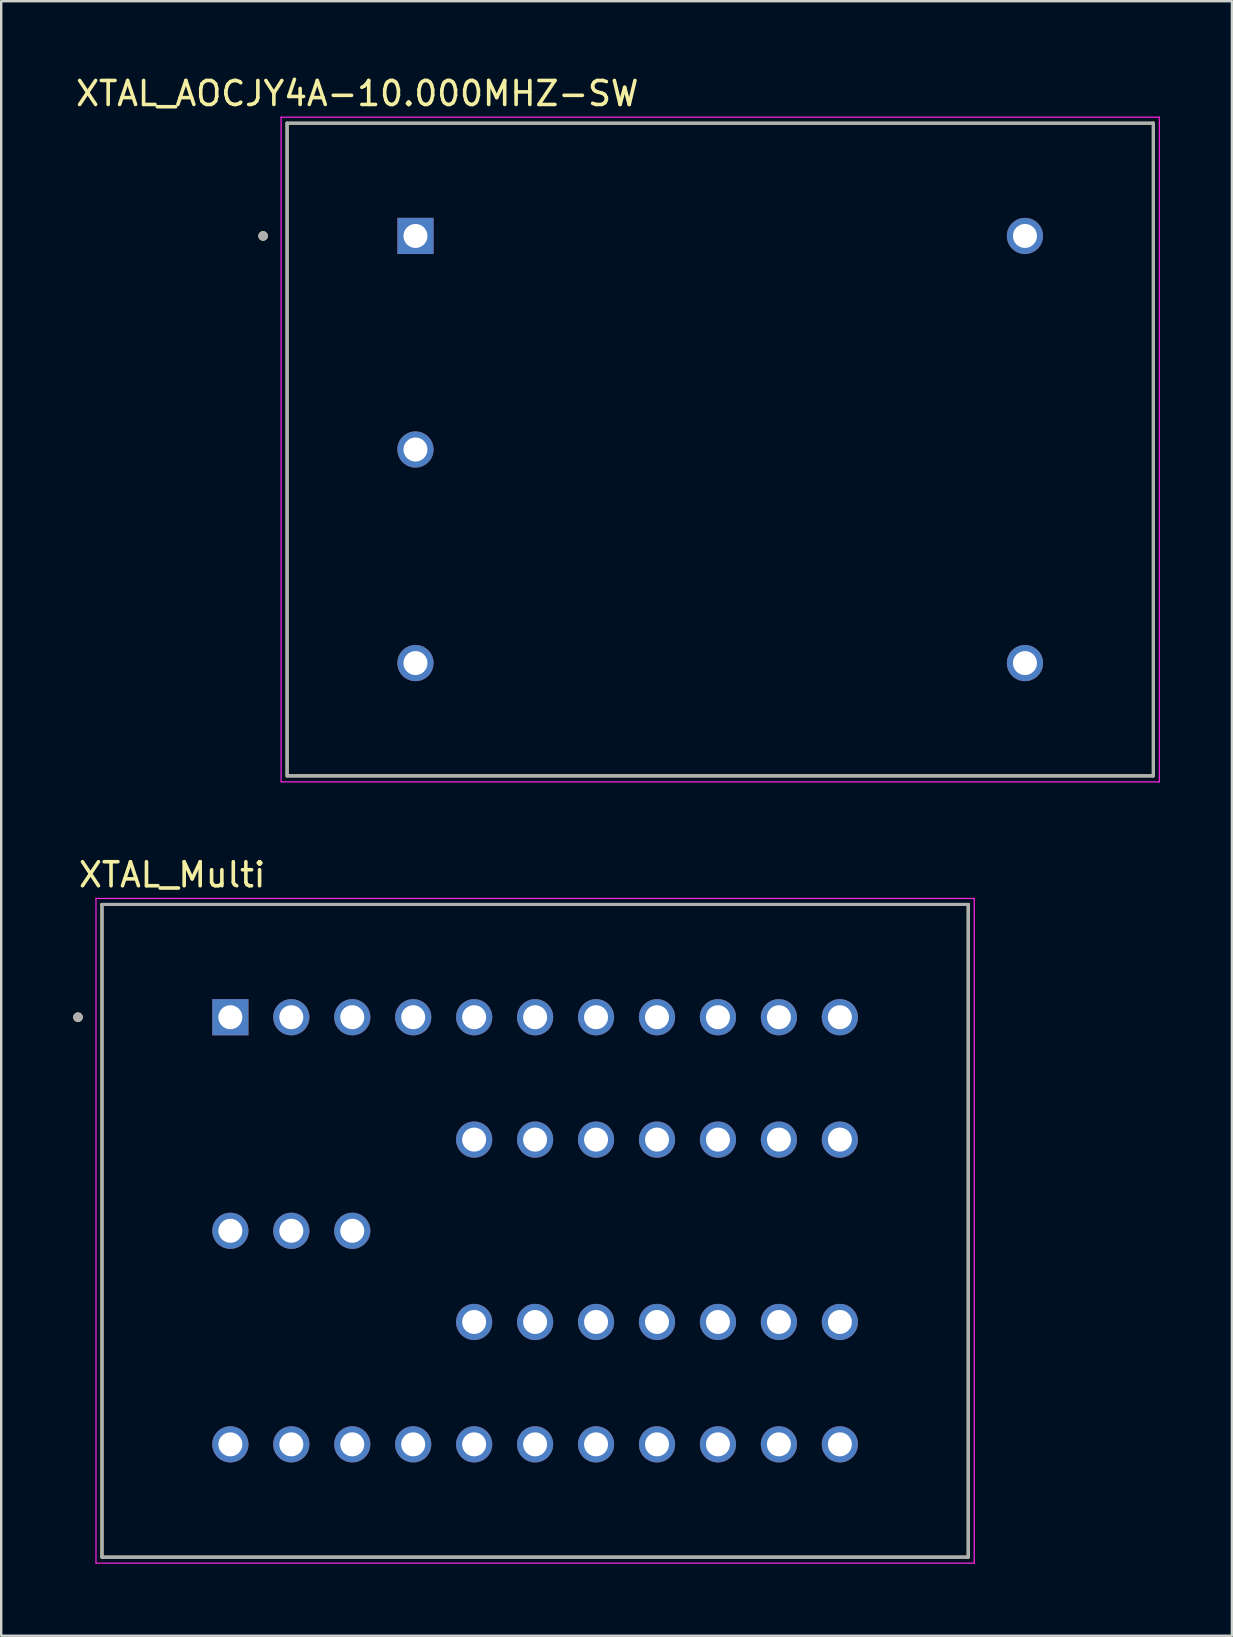
<source format=kicad_pcb>
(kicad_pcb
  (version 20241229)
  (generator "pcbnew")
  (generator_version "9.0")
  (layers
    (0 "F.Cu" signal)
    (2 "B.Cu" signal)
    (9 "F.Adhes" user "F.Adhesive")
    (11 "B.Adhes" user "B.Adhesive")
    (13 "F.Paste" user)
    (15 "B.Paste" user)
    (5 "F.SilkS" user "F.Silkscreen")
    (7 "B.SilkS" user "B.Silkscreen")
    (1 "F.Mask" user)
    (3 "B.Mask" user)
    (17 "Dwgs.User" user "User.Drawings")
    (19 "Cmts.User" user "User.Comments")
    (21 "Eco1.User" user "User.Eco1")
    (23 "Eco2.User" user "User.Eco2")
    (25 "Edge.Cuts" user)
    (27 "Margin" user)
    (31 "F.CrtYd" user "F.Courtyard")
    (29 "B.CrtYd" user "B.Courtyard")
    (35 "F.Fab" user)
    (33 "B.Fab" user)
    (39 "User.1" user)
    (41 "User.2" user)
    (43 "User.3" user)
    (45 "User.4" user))
  (footprint "XTAL_AOCJY4A-10.000MHZ-SW"
    (layer "F.Cu")
    (at 26.964 15.683)
    (property "Reference" "XTAL_AOCJY4A-10.000MHZ-SW" (at -15.125 -14.835 0) (layer "F.SilkS") (effects (font (size 1 1) (thickness 0.15))))
    (attr through_hole)
    (fp_line (start -18.05 -13.6) (end 18.05 -13.6) (stroke (width 0.127) (type solid)) (layer "F.SilkS"))
    (fp_line (start -18.05 13.6) (end -18.05 -13.6) (stroke (width 0.127) (type solid)) (layer "F.SilkS"))
    (fp_line (start 18.05 -13.6) (end 18.05 13.6) (stroke (width 0.127) (type solid)) (layer "F.SilkS"))
    (fp_line (start 18.05 13.6) (end -18.05 13.6) (stroke (width 0.127) (type solid)) (layer "F.SilkS"))
    (fp_circle (center -19.05 -8.9) (end -18.95 -8.9) (stroke (width 0.2) (type solid)) (fill no) (layer "F.SilkS"))
    (fp_line (start -18.3 -13.85) (end 18.3 -13.85) (stroke (width 0.05) (type solid)) (layer "F.CrtYd"))
    (fp_line (start -18.3 13.85) (end -18.3 -13.85) (stroke (width 0.05) (type solid)) (layer "F.CrtYd"))
    (fp_line (start 18.3 -13.85) (end 18.3 13.85) (stroke (width 0.05) (type solid)) (layer "F.CrtYd"))
    (fp_line (start 18.3 13.85) (end -18.3 13.85) (stroke (width 0.05) (type solid)) (layer "F.CrtYd"))
    (fp_line (start -18.05 -13.6) (end 18.05 -13.6) (stroke (width 0.127) (type solid)) (layer "F.Fab"))
    (fp_line (start -18.05 13.6) (end -18.05 -13.6) (stroke (width 0.127) (type solid)) (layer "F.Fab"))
    (fp_line (start 18.05 -13.6) (end 18.05 13.6) (stroke (width 0.127) (type solid)) (layer "F.Fab"))
    (fp_line (start 18.05 13.6) (end -18.05 13.6) (stroke (width 0.127) (type solid)) (layer "F.Fab"))
    (fp_circle (center -19.05 -8.9) (end -18.95 -8.9) (stroke (width 0.2) (type solid)) (fill no) (layer "F.Fab"))
    (pad "1" thru_hole rect (at -12.7 -8.9) (size 1.508 1.508) (drill 1) (layers "*.Cu" "*.Mask"))
    (pad "2" thru_hole circle (at -12.7 0) (size 1.508 1.508) (drill 1) (layers "*.Cu" "*.Mask"))
    (pad "3" thru_hole circle (at -12.7 8.9) (size 1.508 1.508) (drill 1) (layers "*.Cu" "*.Mask"))
    (pad "4" thru_hole circle (at 12.7 8.9) (size 1.508 1.508) (drill 1) (layers "*.Cu" "*.Mask"))
    (pad "5" thru_hole circle (at 12.7 -8.9) (size 1.508 1.508) (drill 1) (layers "*.Cu" "*.Mask")))
  (footprint "XTAL_Multi"
    (layer "F.Cu")
    (at 19.25 48.242)
    (property "Reference" "XTAL_Multi" (at -15.125 -14.835 0) (layer "F.SilkS") (effects (font (size 1 1) (thickness 0.15))))
    (attr through_hole)
    (fp_line (start -18.05 -13.6) (end 18.05 -13.6) (stroke (width 0.127) (type solid)) (layer "F.SilkS"))
    (fp_line (start -18.05 13.6) (end -18.05 -13.6) (stroke (width 0.127) (type solid)) (layer "F.SilkS"))
    (fp_line (start 18.05 -13.6) (end 18.05 13.6) (stroke (width 0.127) (type solid)) (layer "F.SilkS"))
    (fp_line (start 18.05 13.6) (end -18.05 13.6) (stroke (width 0.127) (type solid)) (layer "F.SilkS"))
    (fp_circle (center -19.05 -8.9) (end -18.95 -8.9) (stroke (width 0.2) (type solid)) (fill no) (layer "F.SilkS"))
    (fp_line (start -18.3 -13.85) (end 18.3 -13.85) (stroke (width 0.05) (type solid)) (layer "F.CrtYd"))
    (fp_line (start -18.3 13.85) (end -18.3 -13.85) (stroke (width 0.05) (type solid)) (layer "F.CrtYd"))
    (fp_line (start 18.3 -13.85) (end 18.3 13.85) (stroke (width 0.05) (type solid)) (layer "F.CrtYd"))
    (fp_line (start 18.3 13.85) (end -18.3 13.85) (stroke (width 0.05) (type solid)) (layer "F.CrtYd"))
    (fp_line (start -18.05 -13.6) (end 18.05 -13.6) (stroke (width 0.127) (type solid)) (layer "F.Fab"))
    (fp_line (start -18.05 13.6) (end -18.05 -13.6) (stroke (width 0.127) (type solid)) (layer "F.Fab"))
    (fp_line (start 18.05 -13.6) (end 18.05 13.6) (stroke (width 0.127) (type solid)) (layer "F.Fab"))
    (fp_line (start 18.05 13.6) (end -18.05 13.6) (stroke (width 0.127) (type solid)) (layer "F.Fab"))
    (fp_circle (center -19.05 -8.9) (end -18.95 -8.9) (stroke (width 0.2) (type solid)) (fill no) (layer "F.Fab"))
    (pad "1" thru_hole rect (at -12.7 -8.9) (size 1.508 1.508) (drill 1) (layers "*.Cu" "*.Mask"))
    (pad "2" thru_hole circle (at -12.7 0) (size 1.508 1.508) (drill 1) (layers "*.Cu" "*.Mask"))
    (pad "3" thru_hole circle (at -12.7 8.9) (size 1.508 1.508) (drill 1) (layers "*.Cu" "*.Mask"))
    (pad "4" thru_hole circle (at 12.7 8.9) (size 1.508 1.508) (drill 1) (layers "*.Cu" "*.Mask"))
    (pad "5" thru_hole circle (at 12.7 -8.9) (size 1.508 1.508) (drill 1) (layers "*.Cu" "*.Mask"))
    (pad "6" thru_hole circle (at 10.16 8.9) (size 1.508 1.508) (drill 1) (layers "*.Cu" "*.Mask"))
    (pad "7" thru_hole circle (at 7.62 8.9) (size 1.508 1.508) (drill 1) (layers "*.Cu" "*.Mask"))
    (pad "8" thru_hole circle (at 5.08 8.9) (size 1.508 1.508) (drill 1) (layers "*.Cu" "*.Mask"))
    (pad "201" thru_hole circle (at -2.54 3.8) (size 1.508 1.508) (drill 1) (layers "*.Cu" "*.Mask"))
    (pad "207" thru_hole circle (at 12.7 3.8) (size 1.508 1.508) (drill 1) (layers "*.Cu" "*.Mask"))
    (pad "208" thru_hole circle (at 12.7 -3.8) (size 1.508 1.508) (drill 1) (layers "*.Cu" "*.Mask"))
    (pad "214" thru_hole circle (at -2.54 -3.8) (size 1.508 1.508) (drill 1) (layers "*.Cu" "*.Mask"))
    (pad "?" thru_hole circle (at -10.16 -8.9) (size 1.508 1.508) (drill 1) (layers "*.Cu" "*.Mask"))
    (pad "?" thru_hole circle (at -10.16 0) (size 1.508 1.508) (drill 1) (layers "*.Cu" "*.Mask"))
    (pad "?" thru_hole circle (at -10.16 8.9) (size 1.508 1.508) (drill 1) (layers "*.Cu" "*.Mask"))
    (pad "?" thru_hole circle (at -7.62 -8.9) (size 1.508 1.508) (drill 1) (layers "*.Cu" "*.Mask"))
    (pad "?" thru_hole circle (at -7.62 0) (size 1.508 1.508) (drill 1) (layers "*.Cu" "*.Mask"))
    (pad "?" thru_hole circle (at -7.62 8.9) (size 1.508 1.508) (drill 1) (layers "*.Cu" "*.Mask"))
    (pad "?" thru_hole circle (at -5.08 -8.9) (size 1.508 1.508) (drill 1) (layers "*.Cu" "*.Mask"))
    (pad "?" thru_hole circle (at -5.08 8.9) (size 1.508 1.508) (drill 1) (layers "*.Cu" "*.Mask"))
    (pad "?" thru_hole circle (at -2.54 -8.9) (size 1.508 1.508) (drill 1) (layers "*.Cu" "*.Mask"))
    (pad "?" thru_hole circle (at -2.54 8.9) (size 1.508 1.508) (drill 1) (layers "*.Cu" "*.Mask"))
    (pad "?" thru_hole circle (at 0 -8.9) (size 1.508 1.508) (drill 1) (layers "*.Cu" "*.Mask"))
    (pad "?" thru_hole circle (at 0 -3.8) (size 1.508 1.508) (drill 1) (layers "*.Cu" "*.Mask"))
    (pad "?" thru_hole circle (at 0 3.8) (size 1.508 1.508) (drill 1) (layers "*.Cu" "*.Mask"))
    (pad "?" thru_hole circle (at 0 8.9) (size 1.508 1.508) (drill 1) (layers "*.Cu" "*.Mask"))
    (pad "?" thru_hole circle (at 2.54 -8.9) (size 1.508 1.508) (drill 1) (layers "*.Cu" "*.Mask"))
    (pad "?" thru_hole circle (at 2.54 -3.8) (size 1.508 1.508) (drill 1) (layers "*.Cu" "*.Mask"))
    (pad "?" thru_hole circle (at 2.54 3.8) (size 1.508 1.508) (drill 1) (layers "*.Cu" "*.Mask"))
    (pad "?" thru_hole circle (at 2.54 8.9) (size 1.508 1.508) (drill 1) (layers "*.Cu" "*.Mask"))
    (pad "?" thru_hole circle (at 5.08 -8.9) (size 1.508 1.508) (drill 1) (layers "*.Cu" "*.Mask"))
    (pad "?" thru_hole circle (at 5.08 -3.8) (size 1.508 1.508) (drill 1) (layers "*.Cu" "*.Mask"))
    (pad "?" thru_hole circle (at 5.08 3.8) (size 1.508 1.508) (drill 1) (layers "*.Cu" "*.Mask"))
    (pad "?" thru_hole circle (at 7.62 -8.9) (size 1.508 1.508) (drill 1) (layers "*.Cu" "*.Mask"))
    (pad "?" thru_hole circle (at 7.62 -3.8) (size 1.508 1.508) (drill 1) (layers "*.Cu" "*.Mask"))
    (pad "?" thru_hole circle (at 7.62 3.8) (size 1.508 1.508) (drill 1) (layers "*.Cu" "*.Mask"))
    (pad "?" thru_hole circle (at 10.16 -8.9) (size 1.508 1.508) (drill 1) (layers "*.Cu" "*.Mask"))
    (pad "?" thru_hole circle (at 10.16 -3.8) (size 1.508 1.508) (drill 1) (layers "*.Cu" "*.Mask"))
    (pad "?" thru_hole circle (at 10.16 3.8) (size 1.508 1.508) (drill 1) (layers "*.Cu" "*.Mask")))
  (gr_rect
    (start -3 -3)
    (end 48.289 65.117)
    (stroke (width 0.1) (type default))
    (fill no)
    (layer "Edge.Cuts")))
</source>
